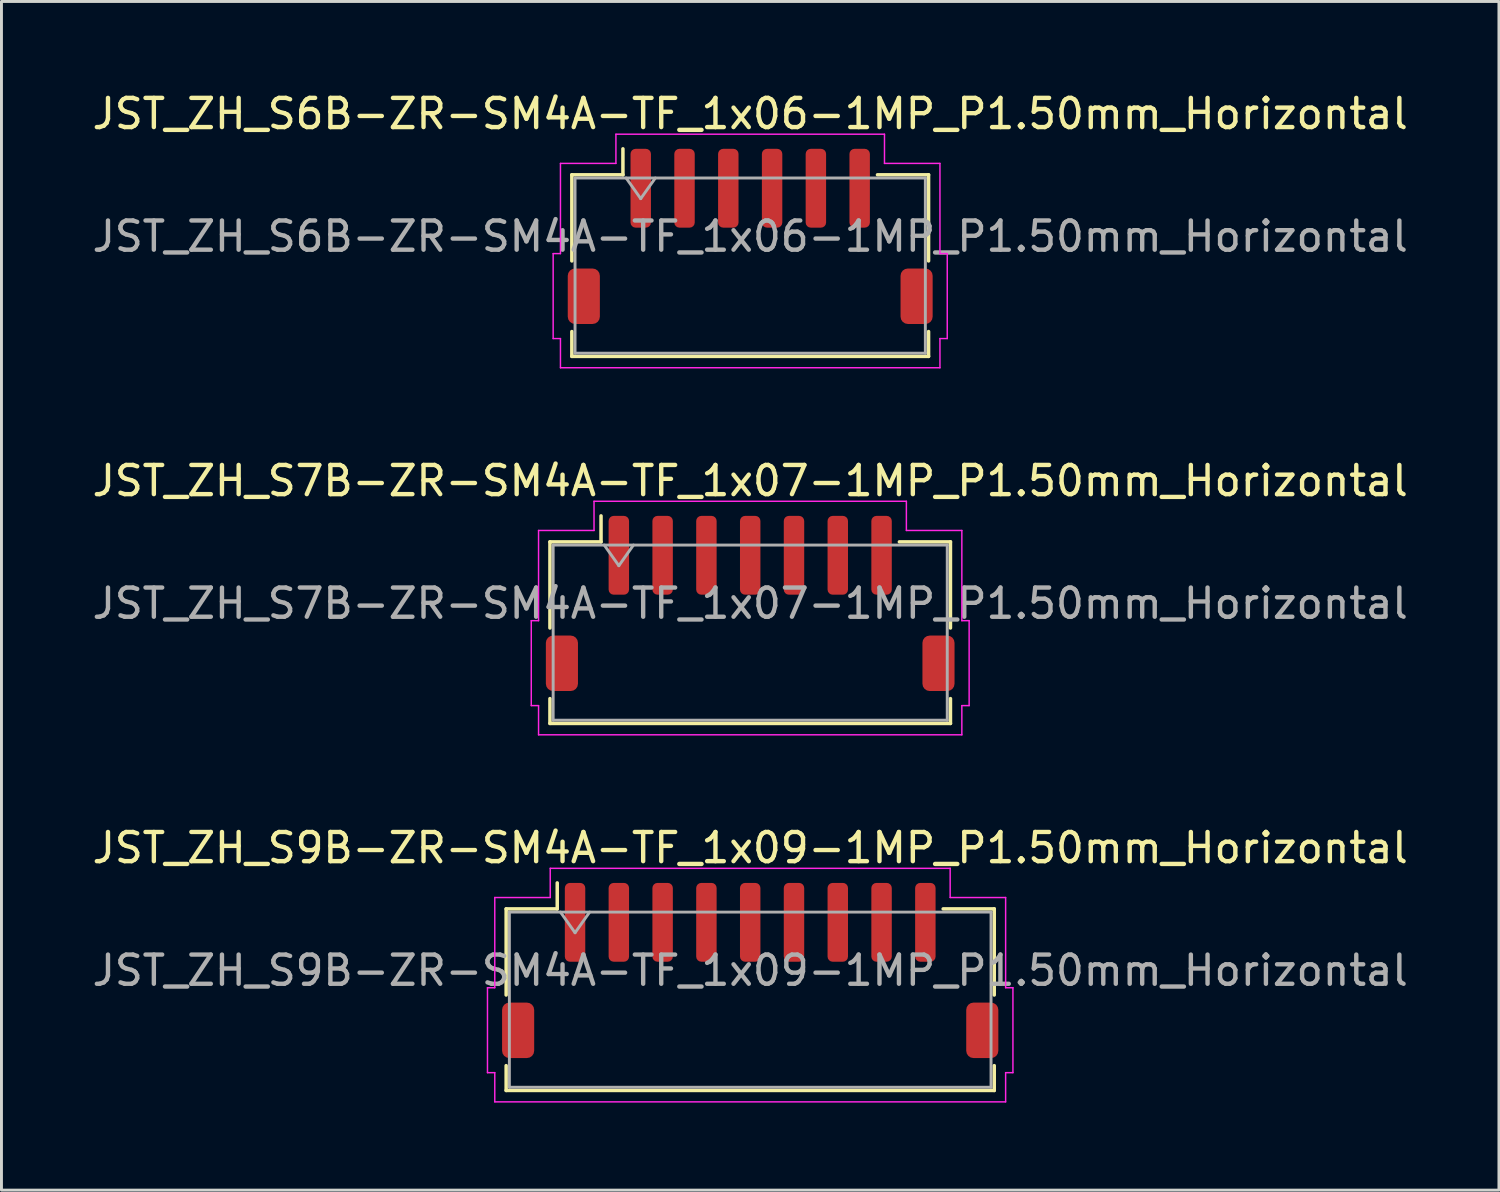
<source format=kicad_pcb>
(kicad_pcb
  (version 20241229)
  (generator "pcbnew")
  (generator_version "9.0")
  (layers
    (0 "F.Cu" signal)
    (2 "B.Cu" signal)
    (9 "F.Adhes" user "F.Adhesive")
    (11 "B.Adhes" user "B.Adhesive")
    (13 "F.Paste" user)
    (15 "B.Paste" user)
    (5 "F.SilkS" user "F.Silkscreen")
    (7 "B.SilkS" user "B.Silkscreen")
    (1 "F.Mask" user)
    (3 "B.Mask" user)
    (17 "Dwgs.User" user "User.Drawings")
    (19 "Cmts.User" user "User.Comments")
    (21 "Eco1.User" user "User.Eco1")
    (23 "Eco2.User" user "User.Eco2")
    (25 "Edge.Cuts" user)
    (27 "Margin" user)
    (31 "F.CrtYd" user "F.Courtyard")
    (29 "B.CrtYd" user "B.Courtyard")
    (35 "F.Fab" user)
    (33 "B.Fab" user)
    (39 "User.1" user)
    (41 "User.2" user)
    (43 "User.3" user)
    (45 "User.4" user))
  (footprint "JST_ZH_S7B-ZR-SM4A-TF_1x07-1MP_P1.50mm_Horizontal"
    (layer "F.Cu")
    (at 22.649 17.622)
    (property "Reference" "JST_ZH_S7B-ZR-SM4A-TF_1x07-1MP_P1.50mm_Horizontal" (at 0 -4.2 0) (layer "F.SilkS") (effects (font (size 1 1) (thickness 0.15))))
    (attr smd)
    (fp_line (start -6.86 -2.11) (end -5.11 -2.11) (stroke (width 0.12) (type solid)) (layer "F.SilkS"))
    (fp_line (start -6.86 0.84) (end -6.86 -2.11) (stroke (width 0.12) (type solid)) (layer "F.SilkS"))
    (fp_line (start -6.86 3.26) (end -6.86 4.11) (stroke (width 0.12) (type solid)) (layer "F.SilkS"))
    (fp_line (start -6.86 4.11) (end 6.86 4.11) (stroke (width 0.12) (type solid)) (layer "F.SilkS"))
    (fp_line (start -5.11 -2.11) (end -5.11 -3) (stroke (width 0.12) (type solid)) (layer "F.SilkS"))
    (fp_line (start 6.86 -2.11) (end 5.11 -2.11) (stroke (width 0.12) (type solid)) (layer "F.SilkS"))
    (fp_line (start 6.86 0.84) (end 6.86 -2.11) (stroke (width 0.12) (type solid)) (layer "F.SilkS"))
    (fp_line (start 6.86 4.11) (end 6.86 3.26) (stroke (width 0.12) (type solid)) (layer "F.SilkS"))
    (fp_line (start -7.5 0.59) (end -7.25 0.59) (stroke (width 0.05) (type solid)) (layer "F.CrtYd"))
    (fp_line (start -7.5 3.5) (end -7.5 0.59) (stroke (width 0.05) (type solid)) (layer "F.CrtYd"))
    (fp_line (start -7.25 -2.5) (end -5.35 -2.5) (stroke (width 0.05) (type solid)) (layer "F.CrtYd"))
    (fp_line (start -7.25 0.59) (end -7.25 -2.5) (stroke (width 0.05) (type solid)) (layer "F.CrtYd"))
    (fp_line (start -7.25 3.5) (end -7.5 3.5) (stroke (width 0.05) (type solid)) (layer "F.CrtYd"))
    (fp_line (start -7.25 4.5) (end -7.25 3.5) (stroke (width 0.05) (type solid)) (layer "F.CrtYd"))
    (fp_line (start -5.35 -3.5) (end 5.35 -3.5) (stroke (width 0.05) (type solid)) (layer "F.CrtYd"))
    (fp_line (start -5.35 -2.5) (end -5.35 -3.5) (stroke (width 0.05) (type solid)) (layer "F.CrtYd"))
    (fp_line (start 5.35 -3.5) (end 5.35 -2.5) (stroke (width 0.05) (type solid)) (layer "F.CrtYd"))
    (fp_line (start 5.35 -2.5) (end 7.25 -2.5) (stroke (width 0.05) (type solid)) (layer "F.CrtYd"))
    (fp_line (start 7.25 -2.5) (end 7.25 0.59) (stroke (width 0.05) (type solid)) (layer "F.CrtYd"))
    (fp_line (start 7.25 0.59) (end 7.5 0.59) (stroke (width 0.05) (type solid)) (layer "F.CrtYd"))
    (fp_line (start 7.25 3.5) (end 7.25 4.5) (stroke (width 0.05) (type solid)) (layer "F.CrtYd"))
    (fp_line (start 7.25 4.5) (end -7.25 4.5) (stroke (width 0.05) (type solid)) (layer "F.CrtYd"))
    (fp_line (start 7.5 0.59) (end 7.5 3.5) (stroke (width 0.05) (type solid)) (layer "F.CrtYd"))
    (fp_line (start 7.5 3.5) (end 7.25 3.5) (stroke (width 0.05) (type solid)) (layer "F.CrtYd"))
    (fp_line (start -6.75 -2) (end -6.75 4) (stroke (width 0.1) (type solid)) (layer "F.Fab"))
    (fp_line (start -6.75 -2) (end 6.75 -2) (stroke (width 0.1) (type solid)) (layer "F.Fab"))
    (fp_line (start -6.75 4) (end 6.75 4) (stroke (width 0.1) (type solid)) (layer "F.Fab"))
    (fp_line (start -5 -2) (end -4.5 -1.293) (stroke (width 0.1) (type solid)) (layer "F.Fab"))
    (fp_line (start -4.5 -1.293) (end -4 -2) (stroke (width 0.1) (type solid)) (layer "F.Fab"))
    (fp_line (start 6.75 -2) (end 6.75 4) (stroke (width 0.1) (type solid)) (layer "F.Fab"))
    (fp_text user "${REFERENCE}" (at 0 0 0) (layer "F.Fab") (effects (font (size 1 1) (thickness 0.15))))
    (pad "1" smd roundrect (at -4.5 -1.65) (size 0.7 2.7) (layers "F.Cu" "F.Mask" "F.Paste") (roundrect_rratio 0.25))
    (pad "2" smd roundrect (at -3 -1.65) (size 0.7 2.7) (layers "F.Cu" "F.Mask" "F.Paste") (roundrect_rratio 0.25))
    (pad "3" smd roundrect (at -1.5 -1.65) (size 0.7 2.7) (layers "F.Cu" "F.Mask" "F.Paste") (roundrect_rratio 0.25))
    (pad "4" smd roundrect (at 0 -1.65) (size 0.7 2.7) (layers "F.Cu" "F.Mask" "F.Paste") (roundrect_rratio 0.25))
    (pad "5" smd roundrect (at 1.5 -1.65) (size 0.7 2.7) (layers "F.Cu" "F.Mask" "F.Paste") (roundrect_rratio 0.25))
    (pad "6" smd roundrect (at 3 -1.65) (size 0.7 2.7) (layers "F.Cu" "F.Mask" "F.Paste") (roundrect_rratio 0.25))
    (pad "7" smd roundrect (at 4.5 -1.65) (size 0.7 2.7) (layers "F.Cu" "F.Mask" "F.Paste") (roundrect_rratio 0.25))
    (pad "MP" smd roundrect (at -6.45 2.05) (size 1.1 1.9) (layers "F.Cu" "F.Mask" "F.Paste") (roundrect_rratio 0.227))
    (pad "MP" smd roundrect (at 6.45 2.05) (size 1.1 1.9) (layers "F.Cu" "F.Mask" "F.Paste") (roundrect_rratio 0.227)))
  (footprint "JST_ZH_S9B-ZR-SM4A-TF_1x09-1MP_P1.50mm_Horizontal"
    (layer "F.Cu")
    (at 22.649 30.195)
    (property "Reference" "JST_ZH_S9B-ZR-SM4A-TF_1x09-1MP_P1.50mm_Horizontal" (at 0 -4.2 0) (layer "F.SilkS") (effects (font (size 1 1) (thickness 0.15))))
    (attr smd)
    (fp_line (start -8.36 -2.11) (end -6.61 -2.11) (stroke (width 0.12) (type solid)) (layer "F.SilkS"))
    (fp_line (start -8.36 0.84) (end -8.36 -2.11) (stroke (width 0.12) (type solid)) (layer "F.SilkS"))
    (fp_line (start -8.36 3.26) (end -8.36 4.11) (stroke (width 0.12) (type solid)) (layer "F.SilkS"))
    (fp_line (start -8.36 4.11) (end 8.36 4.11) (stroke (width 0.12) (type solid)) (layer "F.SilkS"))
    (fp_line (start -6.61 -2.11) (end -6.61 -3) (stroke (width 0.12) (type solid)) (layer "F.SilkS"))
    (fp_line (start 8.36 -2.11) (end 6.61 -2.11) (stroke (width 0.12) (type solid)) (layer "F.SilkS"))
    (fp_line (start 8.36 0.84) (end 8.36 -2.11) (stroke (width 0.12) (type solid)) (layer "F.SilkS"))
    (fp_line (start 8.36 4.11) (end 8.36 3.26) (stroke (width 0.12) (type solid)) (layer "F.SilkS"))
    (fp_line (start -9 0.59) (end -8.75 0.59) (stroke (width 0.05) (type solid)) (layer "F.CrtYd"))
    (fp_line (start -9 3.5) (end -9 0.59) (stroke (width 0.05) (type solid)) (layer "F.CrtYd"))
    (fp_line (start -8.75 -2.5) (end -6.85 -2.5) (stroke (width 0.05) (type solid)) (layer "F.CrtYd"))
    (fp_line (start -8.75 0.59) (end -8.75 -2.5) (stroke (width 0.05) (type solid)) (layer "F.CrtYd"))
    (fp_line (start -8.75 3.5) (end -9 3.5) (stroke (width 0.05) (type solid)) (layer "F.CrtYd"))
    (fp_line (start -8.75 4.5) (end -8.75 3.5) (stroke (width 0.05) (type solid)) (layer "F.CrtYd"))
    (fp_line (start -6.85 -3.5) (end 6.85 -3.5) (stroke (width 0.05) (type solid)) (layer "F.CrtYd"))
    (fp_line (start -6.85 -2.5) (end -6.85 -3.5) (stroke (width 0.05) (type solid)) (layer "F.CrtYd"))
    (fp_line (start 6.85 -3.5) (end 6.85 -2.5) (stroke (width 0.05) (type solid)) (layer "F.CrtYd"))
    (fp_line (start 6.85 -2.5) (end 8.75 -2.5) (stroke (width 0.05) (type solid)) (layer "F.CrtYd"))
    (fp_line (start 8.75 -2.5) (end 8.75 0.59) (stroke (width 0.05) (type solid)) (layer "F.CrtYd"))
    (fp_line (start 8.75 0.59) (end 9 0.59) (stroke (width 0.05) (type solid)) (layer "F.CrtYd"))
    (fp_line (start 8.75 3.5) (end 8.75 4.5) (stroke (width 0.05) (type solid)) (layer "F.CrtYd"))
    (fp_line (start 8.75 4.5) (end -8.75 4.5) (stroke (width 0.05) (type solid)) (layer "F.CrtYd"))
    (fp_line (start 9 0.59) (end 9 3.5) (stroke (width 0.05) (type solid)) (layer "F.CrtYd"))
    (fp_line (start 9 3.5) (end 8.75 3.5) (stroke (width 0.05) (type solid)) (layer "F.CrtYd"))
    (fp_line (start -8.25 -2) (end -8.25 4) (stroke (width 0.1) (type solid)) (layer "F.Fab"))
    (fp_line (start -8.25 -2) (end 8.25 -2) (stroke (width 0.1) (type solid)) (layer "F.Fab"))
    (fp_line (start -8.25 4) (end 8.25 4) (stroke (width 0.1) (type solid)) (layer "F.Fab"))
    (fp_line (start -6.5 -2) (end -6 -1.293) (stroke (width 0.1) (type solid)) (layer "F.Fab"))
    (fp_line (start -6 -1.293) (end -5.5 -2) (stroke (width 0.1) (type solid)) (layer "F.Fab"))
    (fp_line (start 8.25 -2) (end 8.25 4) (stroke (width 0.1) (type solid)) (layer "F.Fab"))
    (fp_text user "${REFERENCE}" (at 0 0 0) (layer "F.Fab") (effects (font (size 1 1) (thickness 0.15))))
    (pad "1" smd roundrect (at -6 -1.65) (size 0.7 2.7) (layers "F.Cu" "F.Mask" "F.Paste") (roundrect_rratio 0.25))
    (pad "2" smd roundrect (at -4.5 -1.65) (size 0.7 2.7) (layers "F.Cu" "F.Mask" "F.Paste") (roundrect_rratio 0.25))
    (pad "3" smd roundrect (at -3 -1.65) (size 0.7 2.7) (layers "F.Cu" "F.Mask" "F.Paste") (roundrect_rratio 0.25))
    (pad "4" smd roundrect (at -1.5 -1.65) (size 0.7 2.7) (layers "F.Cu" "F.Mask" "F.Paste") (roundrect_rratio 0.25))
    (pad "5" smd roundrect (at 0 -1.65) (size 0.7 2.7) (layers "F.Cu" "F.Mask" "F.Paste") (roundrect_rratio 0.25))
    (pad "6" smd roundrect (at 1.5 -1.65) (size 0.7 2.7) (layers "F.Cu" "F.Mask" "F.Paste") (roundrect_rratio 0.25))
    (pad "7" smd roundrect (at 3 -1.65) (size 0.7 2.7) (layers "F.Cu" "F.Mask" "F.Paste") (roundrect_rratio 0.25))
    (pad "8" smd roundrect (at 4.5 -1.65) (size 0.7 2.7) (layers "F.Cu" "F.Mask" "F.Paste") (roundrect_rratio 0.25))
    (pad "9" smd roundrect (at 6 -1.65) (size 0.7 2.7) (layers "F.Cu" "F.Mask" "F.Paste") (roundrect_rratio 0.25))
    (pad "MP" smd roundrect (at -7.95 2.05) (size 1.1 1.9) (layers "F.Cu" "F.Mask" "F.Paste") (roundrect_rratio 0.227))
    (pad "MP" smd roundrect (at 7.95 2.05) (size 1.1 1.9) (layers "F.Cu" "F.Mask" "F.Paste") (roundrect_rratio 0.227)))
  (footprint "JST_ZH_S6B-ZR-SM4A-TF_1x06-1MP_P1.50mm_Horizontal"
    (layer "F.Cu")
    (at 22.649 5.048)
    (property "Reference" "JST_ZH_S6B-ZR-SM4A-TF_1x06-1MP_P1.50mm_Horizontal" (at 0 -4.2 0) (layer "F.SilkS") (effects (font (size 1 1) (thickness 0.15))))
    (attr smd)
    (fp_line (start -6.11 -2.11) (end -4.36 -2.11) (stroke (width 0.12) (type solid)) (layer "F.SilkS"))
    (fp_line (start -6.11 0.84) (end -6.11 -2.11) (stroke (width 0.12) (type solid)) (layer "F.SilkS"))
    (fp_line (start -6.11 3.26) (end -6.11 4.11) (stroke (width 0.12) (type solid)) (layer "F.SilkS"))
    (fp_line (start -6.11 4.11) (end 6.11 4.11) (stroke (width 0.12) (type solid)) (layer "F.SilkS"))
    (fp_line (start -4.36 -2.11) (end -4.36 -3) (stroke (width 0.12) (type solid)) (layer "F.SilkS"))
    (fp_line (start 6.11 -2.11) (end 4.36 -2.11) (stroke (width 0.12) (type solid)) (layer "F.SilkS"))
    (fp_line (start 6.11 0.84) (end 6.11 -2.11) (stroke (width 0.12) (type solid)) (layer "F.SilkS"))
    (fp_line (start 6.11 4.11) (end 6.11 3.26) (stroke (width 0.12) (type solid)) (layer "F.SilkS"))
    (fp_line (start -6.75 0.59) (end -6.5 0.59) (stroke (width 0.05) (type solid)) (layer "F.CrtYd"))
    (fp_line (start -6.75 3.5) (end -6.75 0.59) (stroke (width 0.05) (type solid)) (layer "F.CrtYd"))
    (fp_line (start -6.5 -2.5) (end -4.6 -2.5) (stroke (width 0.05) (type solid)) (layer "F.CrtYd"))
    (fp_line (start -6.5 0.59) (end -6.5 -2.5) (stroke (width 0.05) (type solid)) (layer "F.CrtYd"))
    (fp_line (start -6.5 3.5) (end -6.75 3.5) (stroke (width 0.05) (type solid)) (layer "F.CrtYd"))
    (fp_line (start -6.5 4.5) (end -6.5 3.5) (stroke (width 0.05) (type solid)) (layer "F.CrtYd"))
    (fp_line (start -4.6 -3.5) (end 4.6 -3.5) (stroke (width 0.05) (type solid)) (layer "F.CrtYd"))
    (fp_line (start -4.6 -2.5) (end -4.6 -3.5) (stroke (width 0.05) (type solid)) (layer "F.CrtYd"))
    (fp_line (start 4.6 -3.5) (end 4.6 -2.5) (stroke (width 0.05) (type solid)) (layer "F.CrtYd"))
    (fp_line (start 4.6 -2.5) (end 6.5 -2.5) (stroke (width 0.05) (type solid)) (layer "F.CrtYd"))
    (fp_line (start 6.5 -2.5) (end 6.5 0.59) (stroke (width 0.05) (type solid)) (layer "F.CrtYd"))
    (fp_line (start 6.5 0.59) (end 6.75 0.59) (stroke (width 0.05) (type solid)) (layer "F.CrtYd"))
    (fp_line (start 6.5 3.5) (end 6.5 4.5) (stroke (width 0.05) (type solid)) (layer "F.CrtYd"))
    (fp_line (start 6.5 4.5) (end -6.5 4.5) (stroke (width 0.05) (type solid)) (layer "F.CrtYd"))
    (fp_line (start 6.75 0.59) (end 6.75 3.5) (stroke (width 0.05) (type solid)) (layer "F.CrtYd"))
    (fp_line (start 6.75 3.5) (end 6.5 3.5) (stroke (width 0.05) (type solid)) (layer "F.CrtYd"))
    (fp_line (start -6 -2) (end -6 4) (stroke (width 0.1) (type solid)) (layer "F.Fab"))
    (fp_line (start -6 -2) (end 6 -2) (stroke (width 0.1) (type solid)) (layer "F.Fab"))
    (fp_line (start -6 4) (end 6 4) (stroke (width 0.1) (type solid)) (layer "F.Fab"))
    (fp_line (start -4.25 -2) (end -3.75 -1.293) (stroke (width 0.1) (type solid)) (layer "F.Fab"))
    (fp_line (start -3.75 -1.293) (end -3.25 -2) (stroke (width 0.1) (type solid)) (layer "F.Fab"))
    (fp_line (start 6 -2) (end 6 4) (stroke (width 0.1) (type solid)) (layer "F.Fab"))
    (fp_text user "${REFERENCE}" (at 0 0 0) (layer "F.Fab") (effects (font (size 1 1) (thickness 0.15))))
    (pad "1" smd roundrect (at -3.75 -1.65) (size 0.7 2.7) (layers "F.Cu" "F.Mask" "F.Paste") (roundrect_rratio 0.25))
    (pad "2" smd roundrect (at -2.25 -1.65) (size 0.7 2.7) (layers "F.Cu" "F.Mask" "F.Paste") (roundrect_rratio 0.25))
    (pad "3" smd roundrect (at -0.75 -1.65) (size 0.7 2.7) (layers "F.Cu" "F.Mask" "F.Paste") (roundrect_rratio 0.25))
    (pad "4" smd roundrect (at 0.75 -1.65) (size 0.7 2.7) (layers "F.Cu" "F.Mask" "F.Paste") (roundrect_rratio 0.25))
    (pad "5" smd roundrect (at 2.25 -1.65) (size 0.7 2.7) (layers "F.Cu" "F.Mask" "F.Paste") (roundrect_rratio 0.25))
    (pad "6" smd roundrect (at 3.75 -1.65) (size 0.7 2.7) (layers "F.Cu" "F.Mask" "F.Paste") (roundrect_rratio 0.25))
    (pad "MP" smd roundrect (at -5.7 2.05) (size 1.1 1.9) (layers "F.Cu" "F.Mask" "F.Paste") (roundrect_rratio 0.227))
    (pad "MP" smd roundrect (at 5.7 2.05) (size 1.1 1.9) (layers "F.Cu" "F.Mask" "F.Paste") (roundrect_rratio 0.227)))
  (gr_rect
    (start -3 -3)
    (end 48.298 37.72)
    (stroke (width 0.1) (type default))
    (fill no)
    (layer "Edge.Cuts")))
</source>
